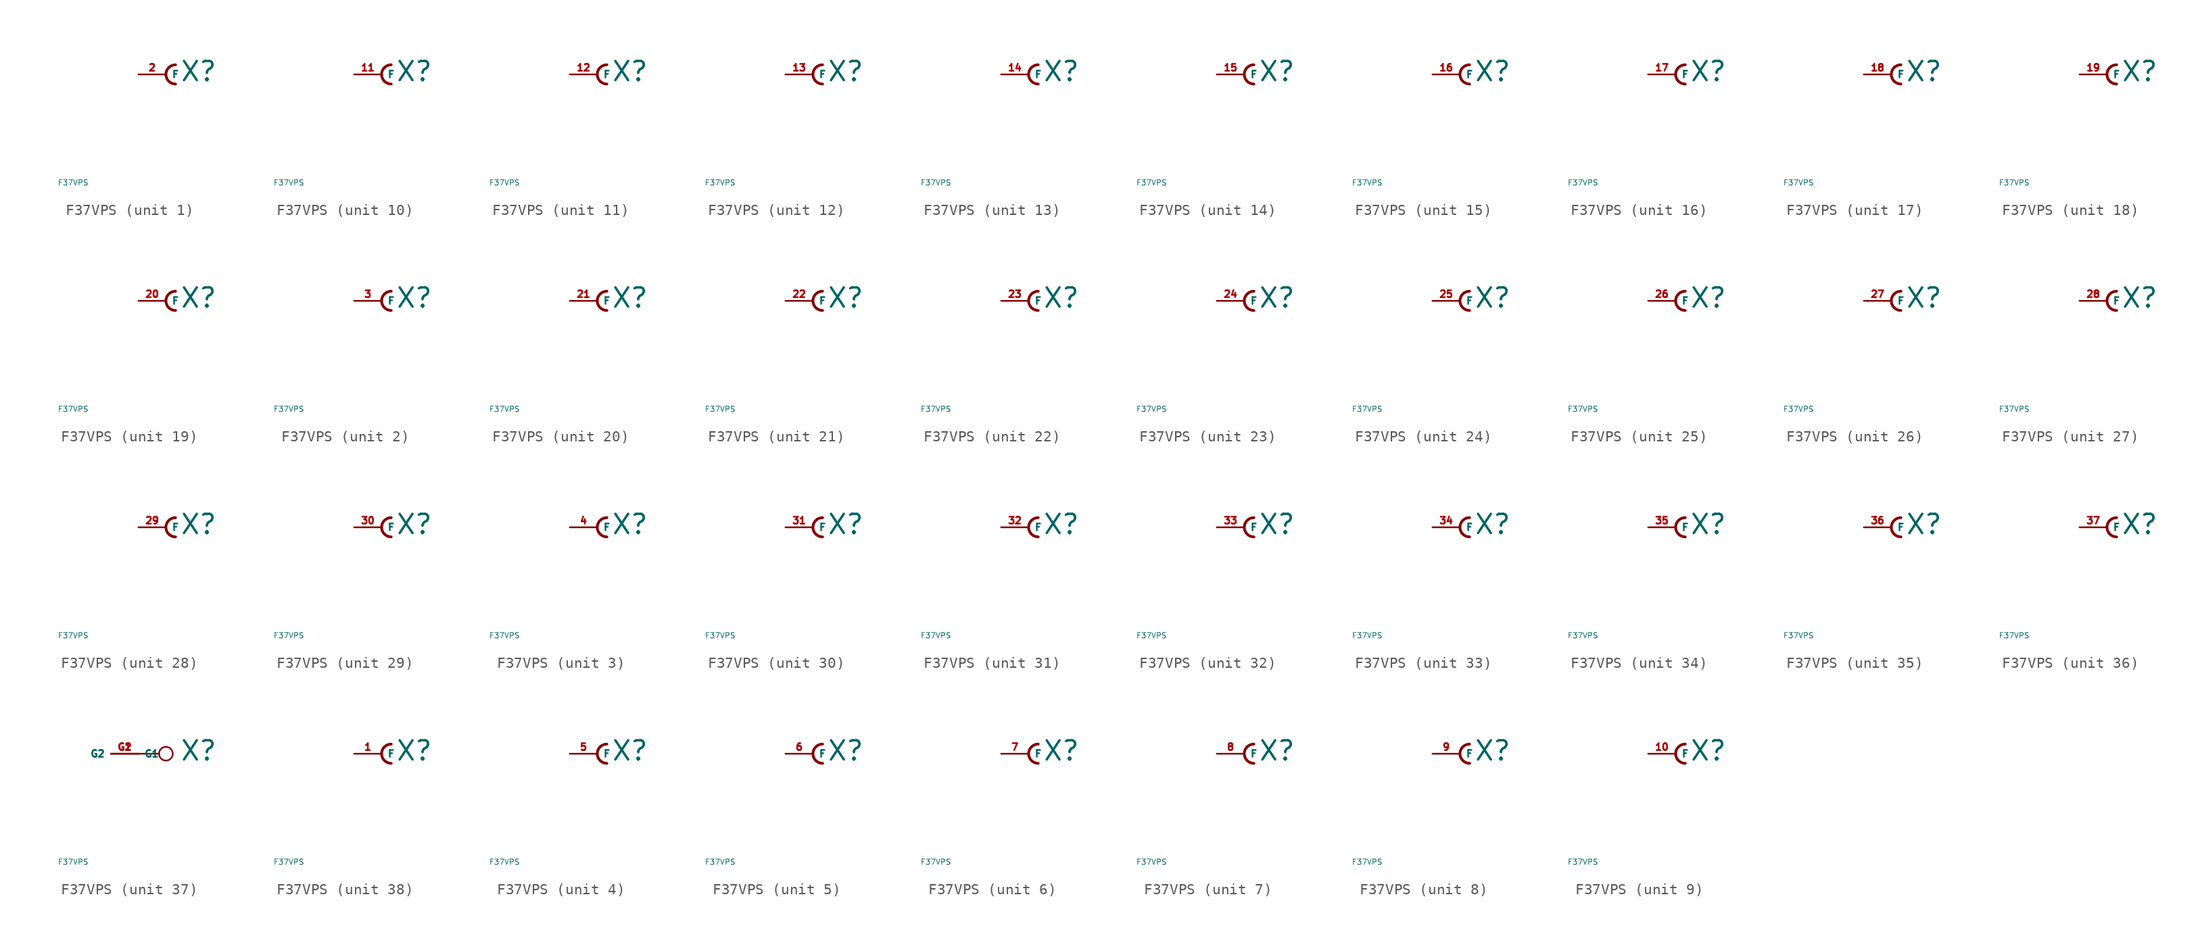
<source format=kicad_sym>
(kicad_symbol_lib
  (version 20220914)
  (generator Eagle2Kicad)
  (symbol "F37VPS"
    (property "Reference" "X"
      (at 1.27 -0.762 0)
      (effects (font (size 1.778 1.778) (thickness 0.22)) (justify left bottom)))
    (property "Value" "F37VPS"
      (at -10 -10 0)
      (effects (font (size 0.5 0.5) (thickness 0.06)) (justify left)))
    (symbol "F37VPS_1_0"
      (arc (start 0.889 0.889) (mid 0.000 0.000) (end 0.889 -0.889) (stroke (width 0.254) (type default)) (fill (type none)))
      (pin passive line (at -2.54 0 0) (length 2.54) (name "F" (effects (font (size 0.635 0.635) (thickness 0.08)) (justify left bottom))) (number "2" (effects (font (size 0.635 0.635) (thickness 0.08)) (justify left bottom)))))
    (symbol "F37VPS_2_0"
      (arc (start 0.889 0.889) (mid 0.000 0.000) (end 0.889 -0.889) (stroke (width 0.254) (type default)) (fill (type none)))
      (pin passive line (at -2.54 0 0) (length 2.54) (name "F" (effects (font (size 0.635 0.635) (thickness 0.08)) (justify left bottom))) (number "3" (effects (font (size 0.635 0.635) (thickness 0.08)) (justify left bottom)))))
    (symbol "F37VPS_3_0"
      (arc (start 0.889 0.889) (mid 0.000 0.000) (end 0.889 -0.889) (stroke (width 0.254) (type default)) (fill (type none)))
      (pin passive line (at -2.54 0 0) (length 2.54) (name "F" (effects (font (size 0.635 0.635) (thickness 0.08)) (justify left bottom))) (number "4" (effects (font (size 0.635 0.635) (thickness 0.08)) (justify left bottom)))))
    (symbol "F37VPS_4_0"
      (arc (start 0.889 0.889) (mid 0.000 0.000) (end 0.889 -0.889) (stroke (width 0.254) (type default)) (fill (type none)))
      (pin passive line (at -2.54 0 0) (length 2.54) (name "F" (effects (font (size 0.635 0.635) (thickness 0.08)) (justify left bottom))) (number "5" (effects (font (size 0.635 0.635) (thickness 0.08)) (justify left bottom)))))
    (symbol "F37VPS_5_0"
      (arc (start 0.889 0.889) (mid 0.000 0.000) (end 0.889 -0.889) (stroke (width 0.254) (type default)) (fill (type none)))
      (pin passive line (at -2.54 0 0) (length 2.54) (name "F" (effects (font (size 0.635 0.635) (thickness 0.08)) (justify left bottom))) (number "6" (effects (font (size 0.635 0.635) (thickness 0.08)) (justify left bottom)))))
    (symbol "F37VPS_6_0"
      (arc (start 0.889 0.889) (mid 0.000 0.000) (end 0.889 -0.889) (stroke (width 0.254) (type default)) (fill (type none)))
      (pin passive line (at -2.54 0 0) (length 2.54) (name "F" (effects (font (size 0.635 0.635) (thickness 0.08)) (justify left bottom))) (number "7" (effects (font (size 0.635 0.635) (thickness 0.08)) (justify left bottom)))))
    (symbol "F37VPS_7_0"
      (arc (start 0.889 0.889) (mid 0.000 0.000) (end 0.889 -0.889) (stroke (width 0.254) (type default)) (fill (type none)))
      (pin passive line (at -2.54 0 0) (length 2.54) (name "F" (effects (font (size 0.635 0.635) (thickness 0.08)) (justify left bottom))) (number "8" (effects (font (size 0.635 0.635) (thickness 0.08)) (justify left bottom)))))
    (symbol "F37VPS_8_0"
      (arc (start 0.889 0.889) (mid 0.000 0.000) (end 0.889 -0.889) (stroke (width 0.254) (type default)) (fill (type none)))
      (pin passive line (at -2.54 0 0) (length 2.54) (name "F" (effects (font (size 0.635 0.635) (thickness 0.08)) (justify left bottom))) (number "9" (effects (font (size 0.635 0.635) (thickness 0.08)) (justify left bottom)))))
    (symbol "F37VPS_9_0"
      (arc (start 0.889 0.889) (mid 0.000 0.000) (end 0.889 -0.889) (stroke (width 0.254) (type default)) (fill (type none)))
      (pin passive line (at -2.54 0 0) (length 2.54) (name "F" (effects (font (size 0.635 0.635) (thickness 0.08)) (justify left bottom))) (number "10" (effects (font (size 0.635 0.635) (thickness 0.08)) (justify left bottom)))))
    (symbol "F37VPS_10_0"
      (arc (start 0.889 0.889) (mid 0.000 0.000) (end 0.889 -0.889) (stroke (width 0.254) (type default)) (fill (type none)))
      (pin passive line (at -2.54 0 0) (length 2.54) (name "F" (effects (font (size 0.635 0.635) (thickness 0.08)) (justify left bottom))) (number "11" (effects (font (size 0.635 0.635) (thickness 0.08)) (justify left bottom)))))
    (symbol "F37VPS_11_0"
      (arc (start 0.889 0.889) (mid 0.000 0.000) (end 0.889 -0.889) (stroke (width 0.254) (type default)) (fill (type none)))
      (pin passive line (at -2.54 0 0) (length 2.54) (name "F" (effects (font (size 0.635 0.635) (thickness 0.08)) (justify left bottom))) (number "12" (effects (font (size 0.635 0.635) (thickness 0.08)) (justify left bottom)))))
    (symbol "F37VPS_12_0"
      (arc (start 0.889 0.889) (mid 0.000 0.000) (end 0.889 -0.889) (stroke (width 0.254) (type default)) (fill (type none)))
      (pin passive line (at -2.54 0 0) (length 2.54) (name "F" (effects (font (size 0.635 0.635) (thickness 0.08)) (justify left bottom))) (number "13" (effects (font (size 0.635 0.635) (thickness 0.08)) (justify left bottom)))))
    (symbol "F37VPS_13_0"
      (arc (start 0.889 0.889) (mid 0.000 0.000) (end 0.889 -0.889) (stroke (width 0.254) (type default)) (fill (type none)))
      (pin passive line (at -2.54 0 0) (length 2.54) (name "F" (effects (font (size 0.635 0.635) (thickness 0.08)) (justify left bottom))) (number "14" (effects (font (size 0.635 0.635) (thickness 0.08)) (justify left bottom)))))
    (symbol "F37VPS_14_0"
      (arc (start 0.889 0.889) (mid 0.000 0.000) (end 0.889 -0.889) (stroke (width 0.254) (type default)) (fill (type none)))
      (pin passive line (at -2.54 0 0) (length 2.54) (name "F" (effects (font (size 0.635 0.635) (thickness 0.08)) (justify left bottom))) (number "15" (effects (font (size 0.635 0.635) (thickness 0.08)) (justify left bottom)))))
    (symbol "F37VPS_15_0"
      (arc (start 0.889 0.889) (mid 0.000 0.000) (end 0.889 -0.889) (stroke (width 0.254) (type default)) (fill (type none)))
      (pin passive line (at -2.54 0 0) (length 2.54) (name "F" (effects (font (size 0.635 0.635) (thickness 0.08)) (justify left bottom))) (number "16" (effects (font (size 0.635 0.635) (thickness 0.08)) (justify left bottom)))))
    (symbol "F37VPS_16_0"
      (arc (start 0.889 0.889) (mid 0.000 0.000) (end 0.889 -0.889) (stroke (width 0.254) (type default)) (fill (type none)))
      (pin passive line (at -2.54 0 0) (length 2.54) (name "F" (effects (font (size 0.635 0.635) (thickness 0.08)) (justify left bottom))) (number "17" (effects (font (size 0.635 0.635) (thickness 0.08)) (justify left bottom)))))
    (symbol "F37VPS_17_0"
      (arc (start 0.889 0.889) (mid 0.000 0.000) (end 0.889 -0.889) (stroke (width 0.254) (type default)) (fill (type none)))
      (pin passive line (at -2.54 0 0) (length 2.54) (name "F" (effects (font (size 0.635 0.635) (thickness 0.08)) (justify left bottom))) (number "18" (effects (font (size 0.635 0.635) (thickness 0.08)) (justify left bottom)))))
    (symbol "F37VPS_18_0"
      (arc (start 0.889 0.889) (mid 0.000 0.000) (end 0.889 -0.889) (stroke (width 0.254) (type default)) (fill (type none)))
      (pin passive line (at -2.54 0 0) (length 2.54) (name "F" (effects (font (size 0.635 0.635) (thickness 0.08)) (justify left bottom))) (number "19" (effects (font (size 0.635 0.635) (thickness 0.08)) (justify left bottom)))))
    (symbol "F37VPS_19_0"
      (arc (start 0.889 0.889) (mid 0.000 0.000) (end 0.889 -0.889) (stroke (width 0.254) (type default)) (fill (type none)))
      (pin passive line (at -2.54 0 0) (length 2.54) (name "F" (effects (font (size 0.635 0.635) (thickness 0.08)) (justify left bottom))) (number "20" (effects (font (size 0.635 0.635) (thickness 0.08)) (justify left bottom)))))
    (symbol "F37VPS_20_0"
      (arc (start 0.889 0.889) (mid 0.000 0.000) (end 0.889 -0.889) (stroke (width 0.254) (type default)) (fill (type none)))
      (pin passive line (at -2.54 0 0) (length 2.54) (name "F" (effects (font (size 0.635 0.635) (thickness 0.08)) (justify left bottom))) (number "21" (effects (font (size 0.635 0.635) (thickness 0.08)) (justify left bottom)))))
    (symbol "F37VPS_21_0"
      (arc (start 0.889 0.889) (mid 0.000 0.000) (end 0.889 -0.889) (stroke (width 0.254) (type default)) (fill (type none)))
      (pin passive line (at -2.54 0 0) (length 2.54) (name "F" (effects (font (size 0.635 0.635) (thickness 0.08)) (justify left bottom))) (number "22" (effects (font (size 0.635 0.635) (thickness 0.08)) (justify left bottom)))))
    (symbol "F37VPS_22_0"
      (arc (start 0.889 0.889) (mid 0.000 0.000) (end 0.889 -0.889) (stroke (width 0.254) (type default)) (fill (type none)))
      (pin passive line (at -2.54 0 0) (length 2.54) (name "F" (effects (font (size 0.635 0.635) (thickness 0.08)) (justify left bottom))) (number "23" (effects (font (size 0.635 0.635) (thickness 0.08)) (justify left bottom)))))
    (symbol "F37VPS_23_0"
      (arc (start 0.889 0.889) (mid 0.000 0.000) (end 0.889 -0.889) (stroke (width 0.254) (type default)) (fill (type none)))
      (pin passive line (at -2.54 0 0) (length 2.54) (name "F" (effects (font (size 0.635 0.635) (thickness 0.08)) (justify left bottom))) (number "24" (effects (font (size 0.635 0.635) (thickness 0.08)) (justify left bottom)))))
    (symbol "F37VPS_24_0"
      (arc (start 0.889 0.889) (mid 0.000 0.000) (end 0.889 -0.889) (stroke (width 0.254) (type default)) (fill (type none)))
      (pin passive line (at -2.54 0 0) (length 2.54) (name "F" (effects (font (size 0.635 0.635) (thickness 0.08)) (justify left bottom))) (number "25" (effects (font (size 0.635 0.635) (thickness 0.08)) (justify left bottom)))))
    (symbol "F37VPS_25_0"
      (arc (start 0.889 0.889) (mid 0.000 0.000) (end 0.889 -0.889) (stroke (width 0.254) (type default)) (fill (type none)))
      (pin passive line (at -2.54 0 0) (length 2.54) (name "F" (effects (font (size 0.635 0.635) (thickness 0.08)) (justify left bottom))) (number "26" (effects (font (size 0.635 0.635) (thickness 0.08)) (justify left bottom)))))
    (symbol "F37VPS_26_0"
      (arc (start 0.889 0.889) (mid 0.000 0.000) (end 0.889 -0.889) (stroke (width 0.254) (type default)) (fill (type none)))
      (pin passive line (at -2.54 0 0) (length 2.54) (name "F" (effects (font (size 0.635 0.635) (thickness 0.08)) (justify left bottom))) (number "27" (effects (font (size 0.635 0.635) (thickness 0.08)) (justify left bottom)))))
    (symbol "F37VPS_27_0"
      (arc (start 0.889 0.889) (mid 0.000 0.000) (end 0.889 -0.889) (stroke (width 0.254) (type default)) (fill (type none)))
      (pin passive line (at -2.54 0 0) (length 2.54) (name "F" (effects (font (size 0.635 0.635) (thickness 0.08)) (justify left bottom))) (number "28" (effects (font (size 0.635 0.635) (thickness 0.08)) (justify left bottom)))))
    (symbol "F37VPS_28_0"
      (arc (start 0.889 0.889) (mid 0.000 0.000) (end 0.889 -0.889) (stroke (width 0.254) (type default)) (fill (type none)))
      (pin passive line (at -2.54 0 0) (length 2.54) (name "F" (effects (font (size 0.635 0.635) (thickness 0.08)) (justify left bottom))) (number "29" (effects (font (size 0.635 0.635) (thickness 0.08)) (justify left bottom)))))
    (symbol "F37VPS_29_0"
      (arc (start 0.889 0.889) (mid 0.000 0.000) (end 0.889 -0.889) (stroke (width 0.254) (type default)) (fill (type none)))
      (pin passive line (at -2.54 0 0) (length 2.54) (name "F" (effects (font (size 0.635 0.635) (thickness 0.08)) (justify left bottom))) (number "30" (effects (font (size 0.635 0.635) (thickness 0.08)) (justify left bottom)))))
    (symbol "F37VPS_30_0"
      (arc (start 0.889 0.889) (mid 0.000 0.000) (end 0.889 -0.889) (stroke (width 0.254) (type default)) (fill (type none)))
      (pin passive line (at -2.54 0 0) (length 2.54) (name "F" (effects (font (size 0.635 0.635) (thickness 0.08)) (justify left bottom))) (number "31" (effects (font (size 0.635 0.635) (thickness 0.08)) (justify left bottom)))))
    (symbol "F37VPS_31_0"
      (arc (start 0.889 0.889) (mid 0.000 0.000) (end 0.889 -0.889) (stroke (width 0.254) (type default)) (fill (type none)))
      (pin passive line (at -2.54 0 0) (length 2.54) (name "F" (effects (font (size 0.635 0.635) (thickness 0.08)) (justify left bottom))) (number "32" (effects (font (size 0.635 0.635) (thickness 0.08)) (justify left bottom)))))
    (symbol "F37VPS_32_0"
      (arc (start 0.889 0.889) (mid 0.000 0.000) (end 0.889 -0.889) (stroke (width 0.254) (type default)) (fill (type none)))
      (pin passive line (at -2.54 0 0) (length 2.54) (name "F" (effects (font (size 0.635 0.635) (thickness 0.08)) (justify left bottom))) (number "33" (effects (font (size 0.635 0.635) (thickness 0.08)) (justify left bottom)))))
    (symbol "F37VPS_33_0"
      (arc (start 0.889 0.889) (mid 0.000 0.000) (end 0.889 -0.889) (stroke (width 0.254) (type default)) (fill (type none)))
      (pin passive line (at -2.54 0 0) (length 2.54) (name "F" (effects (font (size 0.635 0.635) (thickness 0.08)) (justify left bottom))) (number "34" (effects (font (size 0.635 0.635) (thickness 0.08)) (justify left bottom)))))
    (symbol "F37VPS_34_0"
      (arc (start 0.889 0.889) (mid 0.000 0.000) (end 0.889 -0.889) (stroke (width 0.254) (type default)) (fill (type none)))
      (pin passive line (at -2.54 0 0) (length 2.54) (name "F" (effects (font (size 0.635 0.635) (thickness 0.08)) (justify left bottom))) (number "35" (effects (font (size 0.635 0.635) (thickness 0.08)) (justify left bottom)))))
    (symbol "F37VPS_35_0"
      (arc (start 0.889 0.889) (mid 0.000 0.000) (end 0.889 -0.889) (stroke (width 0.254) (type default)) (fill (type none)))
      (pin passive line (at -2.54 0 0) (length 2.54) (name "F" (effects (font (size 0.635 0.635) (thickness 0.08)) (justify left bottom))) (number "36" (effects (font (size 0.635 0.635) (thickness 0.08)) (justify left bottom)))))
    (symbol "F37VPS_36_0"
      (arc (start 0.889 0.889) (mid 0.000 0.000) (end 0.889 -0.889) (stroke (width 0.254) (type default)) (fill (type none)))
      (pin passive line (at -2.54 0 0) (length 2.54) (name "F" (effects (font (size 0.635 0.635) (thickness 0.08)) (justify left bottom))) (number "37" (effects (font (size 0.635 0.635) (thickness 0.08)) (justify left bottom)))))
    (symbol "F37VPS_37_0"
      (polyline (pts (xy -2.54 0) (xy -0.635 0)) (stroke (width 0.152) (type default)) (fill (type none)))
      (circle (center 0 0) (radius 0.635) (stroke (width 0.152) (type default)) (fill (type none)))
      (pin passive line (at -5.08 0 0) (length 2.54) (name "G1" (effects (font (size 0.635 0.635) (thickness 0.08)) (justify left bottom))) (number "G1" (effects (font (size 0.635 0.635) (thickness 0.08)) (justify left bottom))))
      (pin passive line (at -2.54 0 180) (length 2.54) (name "G2" (effects (font (size 0.635 0.635) (thickness 0.08)) (justify left bottom))) (number "G2" (effects (font (size 0.635 0.635) (thickness 0.08)) (justify left bottom)))))
    (symbol "F37VPS_38_0"
      (arc (start 0.889 0.889) (mid 0.000 0.000) (end 0.889 -0.889) (stroke (width 0.254) (type default)) (fill (type none)))
      (pin passive line (at -2.54 0 0) (length 2.54) (name "F" (effects (font (size 0.635 0.635) (thickness 0.08)) (justify left bottom))) (number "1" (effects (font (size 0.635 0.635) (thickness 0.08)) (justify left bottom)))))))
</source>
